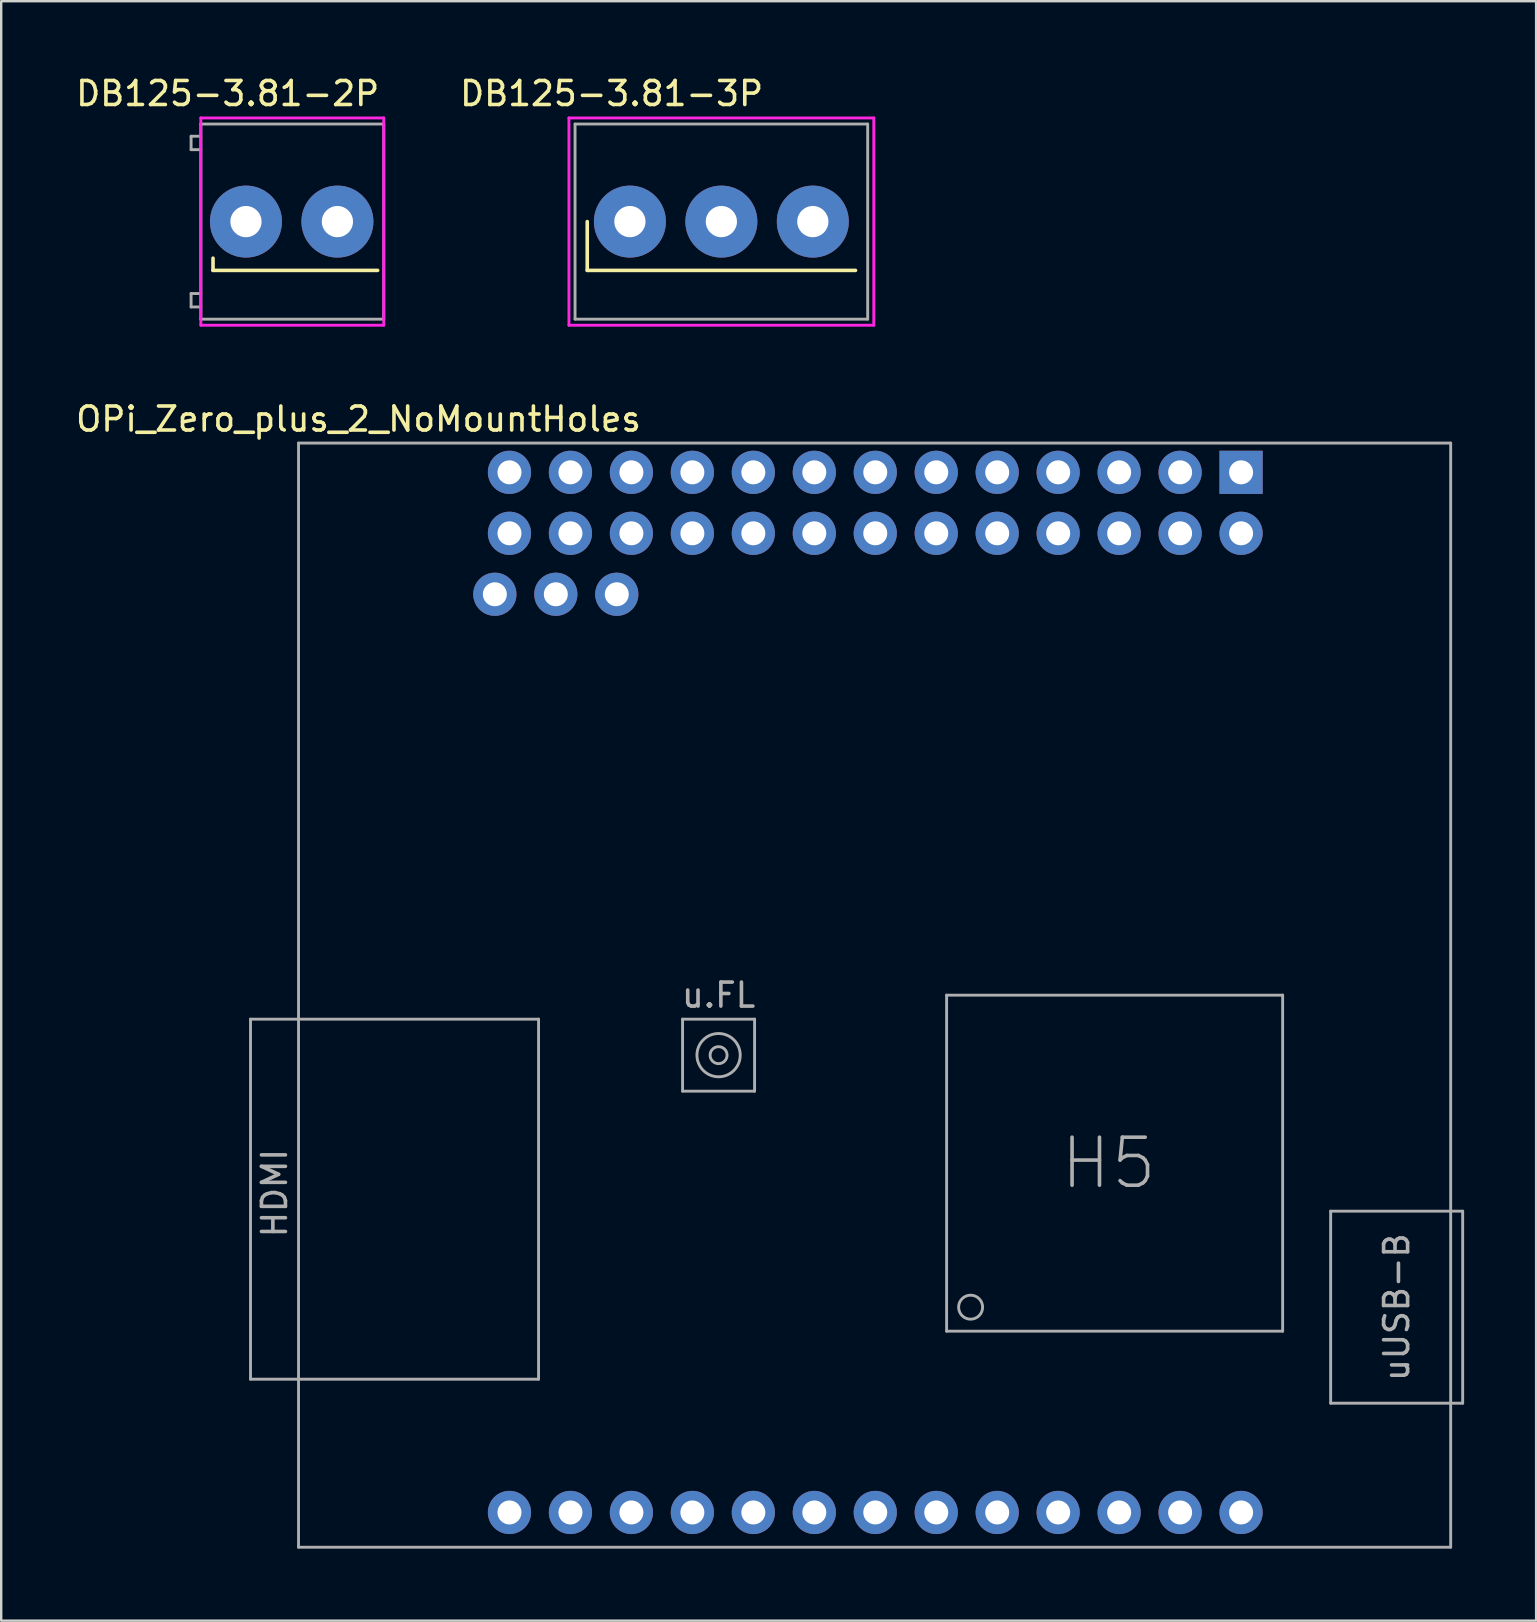
<source format=kicad_pcb>
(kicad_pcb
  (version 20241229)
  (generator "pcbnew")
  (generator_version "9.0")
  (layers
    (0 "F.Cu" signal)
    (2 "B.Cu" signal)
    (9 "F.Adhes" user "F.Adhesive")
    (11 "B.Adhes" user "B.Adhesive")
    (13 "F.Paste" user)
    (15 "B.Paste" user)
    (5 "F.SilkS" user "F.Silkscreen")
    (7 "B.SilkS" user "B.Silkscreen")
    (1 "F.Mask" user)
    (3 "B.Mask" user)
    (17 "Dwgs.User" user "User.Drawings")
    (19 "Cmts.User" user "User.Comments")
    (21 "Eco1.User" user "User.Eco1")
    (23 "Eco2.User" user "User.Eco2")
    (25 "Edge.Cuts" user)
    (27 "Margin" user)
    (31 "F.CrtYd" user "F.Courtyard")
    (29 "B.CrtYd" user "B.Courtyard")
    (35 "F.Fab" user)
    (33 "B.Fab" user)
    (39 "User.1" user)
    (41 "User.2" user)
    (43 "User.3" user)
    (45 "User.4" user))
  (footprint "DB125-3.81-2P"
    (layer "F.Cu")
    (at 11.007 6.182)
    (property "Reference" "DB125-3.81-2P" (at -4.572 -5.334 0) (layer "F.SilkS") (effects (font (size 1 1) (thickness 0.15))))
    (attr through_hole)
    (fp_line (start -5.182 2.032) (end -5.182 1.524) (stroke (width 0.15) (type solid)) (layer "F.SilkS"))
    (fp_line (start -5.182 2.032) (end 1.676 2.032) (stroke (width 0.15) (type solid)) (layer "F.SilkS"))
    (fp_line (start -5.69 -4.318) (end -5.69 4.318) (stroke (width 0.12) (type solid)) (layer "F.CrtYd"))
    (fp_line (start -5.69 4.318) (end 1.93 4.318) (stroke (width 0.12) (type solid)) (layer "F.CrtYd"))
    (fp_line (start 1.93 -4.318) (end -5.69 -4.318) (stroke (width 0.12) (type solid)) (layer "F.CrtYd"))
    (fp_line (start 1.93 4.318) (end 1.93 -4.318) (stroke (width 0.12) (type solid)) (layer "F.CrtYd"))
    (fp_line (start -6.096 -3.556) (end -5.69 -3.556) (stroke (width 0.12) (type solid)) (layer "F.Fab"))
    (fp_line (start -6.096 -2.997) (end -6.096 -3.556) (stroke (width 0.12) (type solid)) (layer "F.Fab"))
    (fp_line (start -6.096 -2.997) (end -5.69 -2.997) (stroke (width 0.12) (type solid)) (layer "F.Fab"))
    (fp_line (start -6.096 2.997) (end -5.69 2.997) (stroke (width 0.12) (type solid)) (layer "F.Fab"))
    (fp_line (start -6.096 3.556) (end -6.096 2.997) (stroke (width 0.12) (type solid)) (layer "F.Fab"))
    (fp_line (start -6.096 3.556) (end -5.69 3.556) (stroke (width 0.12) (type solid)) (layer "F.Fab"))
    (fp_line (start -5.69 4.064) (end -5.69 -4.064) (stroke (width 0.12) (type solid)) (layer "F.Fab"))
    (fp_line (start -5.69 4.064) (end 1.93 4.064) (stroke (width 0.12) (type solid)) (layer "F.Fab"))
    (fp_line (start 1.93 -4.064) (end -5.69 -4.064) (stroke (width 0.12) (type solid)) (layer "F.Fab"))
    (fp_line (start 1.93 4.064) (end 1.93 -4.064) (stroke (width 0.12) (type solid)) (layer "F.Fab"))
    (pad "1" thru_hole circle (at -3.81 0) (size 3 3) (drill 1.3) (layers "*.Cu" "*.Mask"))
    (pad "2" thru_hole circle (at 0 0) (size 3 3) (drill 1.3) (layers "*.Cu" "*.Mask")))
  (footprint "DB125-3.81-3P"
    (layer "F.Cu")
    (at 27.003 6.182)
    (property "Reference" "DB125-3.81-3P" (at -4.572 -5.334 0) (layer "F.SilkS") (effects (font (size 1 1) (thickness 0.15))))
    (attr through_hole)
    (fp_line (start -5.588 2.032) (end -5.588 0) (stroke (width 0.15) (type solid)) (layer "F.SilkS"))
    (fp_line (start -5.588 2.032) (end 5.588 2.032) (stroke (width 0.15) (type solid)) (layer "F.SilkS"))
    (fp_line (start -6.35 -4.318) (end -6.35 4.318) (stroke (width 0.12) (type solid)) (layer "F.CrtYd"))
    (fp_line (start -6.35 4.318) (end 6.35 4.318) (stroke (width 0.12) (type solid)) (layer "F.CrtYd"))
    (fp_line (start 6.35 -4.318) (end -6.35 -4.318) (stroke (width 0.12) (type solid)) (layer "F.CrtYd"))
    (fp_line (start 6.35 4.318) (end 6.35 -4.318) (stroke (width 0.12) (type solid)) (layer "F.CrtYd"))
    (fp_line (start -6.096 4.064) (end -6.096 -4.064) (stroke (width 0.12) (type solid)) (layer "F.Fab"))
    (fp_line (start -6.096 4.064) (end 6.096 4.064) (stroke (width 0.12) (type solid)) (layer "F.Fab"))
    (fp_line (start 6.096 -4.064) (end -6.096 -4.064) (stroke (width 0.12) (type solid)) (layer "F.Fab"))
    (fp_line (start 6.096 4.064) (end 6.096 -4.064) (stroke (width 0.12) (type solid)) (layer "F.Fab"))
    (pad "1" thru_hole circle (at -3.81 0) (size 3 3) (drill 1.3) (layers "*.Cu" "*.Mask"))
    (pad "2" thru_hole circle (at 0 0) (size 3 3) (drill 1.3) (layers "*.Cu" "*.Mask"))
    (pad "3" thru_hole circle (at 3.81 0) (size 3 3) (drill 1.3) (layers "*.Cu" "*.Mask")))
  (footprint "OPi_Zero_plus_2_NoMountHoles"
    (layer "F.Cu")
    (at 9.387 15.409)
    (property "Reference" "OPi_Zero_plus_2_NoMountHoles" (at 2.5 -1 0) (layer "F.SilkS") (effects (font (size 1 1) (thickness 0.15))))
    (attr through_hole)
    (fp_line (start -2 39) (end -2 24) (stroke (width 0.12) (type solid)) (layer "F.Fab"))
    (fp_line (start 0 0) (end 48 0) (stroke (width 0.12) (type solid)) (layer "F.Fab"))
    (fp_line (start 0 46) (end 0 0) (stroke (width 0.12) (type solid)) (layer "F.Fab"))
    (fp_line (start 10 24) (end -2 24) (stroke (width 0.12) (type solid)) (layer "F.Fab"))
    (fp_line (start 10 39) (end -2 39) (stroke (width 0.12) (type solid)) (layer "F.Fab"))
    (fp_line (start 10 39) (end 10 24) (stroke (width 0.12) (type solid)) (layer "F.Fab"))
    (fp_line (start 16 24) (end 16 27) (stroke (width 0.12) (type solid)) (layer "F.Fab"))
    (fp_line (start 16 27) (end 19 27) (stroke (width 0.12) (type solid)) (layer "F.Fab"))
    (fp_line (start 19 24) (end 16 24) (stroke (width 0.12) (type solid)) (layer "F.Fab"))
    (fp_line (start 19 27) (end 19 24) (stroke (width 0.12) (type solid)) (layer "F.Fab"))
    (fp_line (start 27 23) (end 27 37) (stroke (width 0.12) (type solid)) (layer "F.Fab"))
    (fp_line (start 27 37) (end 41 37) (stroke (width 0.12) (type solid)) (layer "F.Fab"))
    (fp_line (start 41 23) (end 27 23) (stroke (width 0.12) (type solid)) (layer "F.Fab"))
    (fp_line (start 41 37) (end 41 23) (stroke (width 0.12) (type solid)) (layer "F.Fab"))
    (fp_line (start 43 32) (end 43 40) (stroke (width 0.12) (type solid)) (layer "F.Fab"))
    (fp_line (start 43 40) (end 48 40) (stroke (width 0.12) (type solid)) (layer "F.Fab"))
    (fp_line (start 48 0) (end 48 46) (stroke (width 0.12) (type solid)) (layer "F.Fab"))
    (fp_line (start 48 32) (end 43 32) (stroke (width 0.12) (type solid)) (layer "F.Fab"))
    (fp_line (start 48 46) (end 0 46) (stroke (width 0.12) (type solid)) (layer "F.Fab"))
    (fp_line (start 48.5 32) (end 48 32) (stroke (width 0.12) (type solid)) (layer "F.Fab"))
    (fp_line (start 48.5 32) (end 48.5 40) (stroke (width 0.12) (type solid)) (layer "F.Fab"))
    (fp_line (start 48.5 40) (end 48 40) (stroke (width 0.12) (type solid)) (layer "F.Fab"))
    (fp_circle (center 17.5 25.5) (end 17.75 25.25) (stroke (width 0.12) (type solid)) (fill no) (layer "F.Fab"))
    (fp_circle (center 17.5 25.5) (end 18 24.75) (stroke (width 0.12) (type solid)) (fill no) (layer "F.Fab"))
    (fp_circle (center 28 36) (end 28 35.5) (stroke (width 0.12) (type solid)) (fill no) (layer "F.Fab"))
    (fp_text user "u.FL" (at 17.5 23 0) (layer "F.Fab") (effects (font (size 1 1) (thickness 0.15))))
    (fp_text user "HDMI" (at -1 31.25 90) (layer "F.Fab") (effects (font (size 1 1) (thickness 0.15))))
    (fp_text user "H5" (at 33.75 30 0) (layer "F.Fab") (effects (font (size 2 2) (thickness 0.15))))
    (fp_text user "uUSB-B" (at 45.75 36 90) (layer "F.Fab") (effects (font (size 1 1) (thickness 0.15))))
    (pad "1" thru_hole rect (at 39.268 1.219) (size 1.8 1.8) (drill 1) (layers "*.Cu" "*.Mask"))
    (pad "2" thru_hole circle (at 39.268 3.759) (size 1.8 1.8) (drill 1) (layers "*.Cu" "*.Mask"))
    (pad "3" thru_hole circle (at 36.728 1.219) (size 1.8 1.8) (drill 1) (layers "*.Cu" "*.Mask"))
    (pad "4" thru_hole circle (at 36.728 3.759) (size 1.8 1.8) (drill 1) (layers "*.Cu" "*.Mask"))
    (pad "5" thru_hole circle (at 34.188 1.219) (size 1.8 1.8) (drill 1) (layers "*.Cu" "*.Mask"))
    (pad "6" thru_hole circle (at 34.188 3.759) (size 1.8 1.8) (drill 1) (layers "*.Cu" "*.Mask"))
    (pad "7" thru_hole circle (at 31.648 1.219) (size 1.8 1.8) (drill 1) (layers "*.Cu" "*.Mask"))
    (pad "8" thru_hole circle (at 31.648 3.759) (size 1.8 1.8) (drill 1) (layers "*.Cu" "*.Mask"))
    (pad "9" thru_hole circle (at 29.108 1.219) (size 1.8 1.8) (drill 1) (layers "*.Cu" "*.Mask"))
    (pad "10" thru_hole circle (at 29.108 3.759) (size 1.8 1.8) (drill 1) (layers "*.Cu" "*.Mask"))
    (pad "11" thru_hole circle (at 26.568 1.219) (size 1.8 1.8) (drill 1) (layers "*.Cu" "*.Mask"))
    (pad "12" thru_hole circle (at 26.568 3.759) (size 1.8 1.8) (drill 1) (layers "*.Cu" "*.Mask"))
    (pad "13" thru_hole circle (at 24.028 1.219) (size 1.8 1.8) (drill 1) (layers "*.Cu" "*.Mask"))
    (pad "14" thru_hole circle (at 24.028 3.759) (size 1.8 1.8) (drill 1) (layers "*.Cu" "*.Mask"))
    (pad "15" thru_hole circle (at 21.488 1.219) (size 1.8 1.8) (drill 1) (layers "*.Cu" "*.Mask"))
    (pad "16" thru_hole circle (at 21.488 3.759) (size 1.8 1.8) (drill 1) (layers "*.Cu" "*.Mask"))
    (pad "17" thru_hole circle (at 18.948 1.219) (size 1.8 1.8) (drill 1) (layers "*.Cu" "*.Mask"))
    (pad "18" thru_hole circle (at 18.948 3.759) (size 1.8 1.8) (drill 1) (layers "*.Cu" "*.Mask"))
    (pad "19" thru_hole circle (at 16.408 1.219) (size 1.8 1.8) (drill 1) (layers "*.Cu" "*.Mask"))
    (pad "20" thru_hole circle (at 16.408 3.759) (size 1.8 1.8) (drill 1) (layers "*.Cu" "*.Mask"))
    (pad "21" thru_hole circle (at 13.868 1.219) (size 1.8 1.8) (drill 1) (layers "*.Cu" "*.Mask"))
    (pad "22" thru_hole circle (at 13.868 3.759) (size 1.8 1.8) (drill 1) (layers "*.Cu" "*.Mask"))
    (pad "23" thru_hole circle (at 11.328 1.219) (size 1.8 1.8) (drill 1) (layers "*.Cu" "*.Mask"))
    (pad "24" thru_hole circle (at 11.328 3.759) (size 1.8 1.8) (drill 1) (layers "*.Cu" "*.Mask"))
    (pad "25" thru_hole circle (at 8.788 1.219) (size 1.8 1.8) (drill 1) (layers "*.Cu" "*.Mask"))
    (pad "26" thru_hole circle (at 8.788 3.759) (size 1.8 1.8) (drill 1) (layers "*.Cu" "*.Mask"))
    (pad "E1" thru_hole circle (at 8.788 44.552) (size 1.8 1.8) (drill 1) (layers "*.Cu" "*.Mask"))
    (pad "E2" thru_hole circle (at 11.328 44.552) (size 1.8 1.8) (drill 1) (layers "*.Cu" "*.Mask"))
    (pad "E3" thru_hole circle (at 13.868 44.552) (size 1.8 1.8) (drill 1) (layers "*.Cu" "*.Mask"))
    (pad "E4" thru_hole circle (at 16.408 44.552) (size 1.8 1.8) (drill 1) (layers "*.Cu" "*.Mask"))
    (pad "E5" thru_hole circle (at 18.948 44.552) (size 1.8 1.8) (drill 1) (layers "*.Cu" "*.Mask"))
    (pad "E6" thru_hole circle (at 21.488 44.552) (size 1.8 1.8) (drill 1) (layers "*.Cu" "*.Mask"))
    (pad "E7" thru_hole circle (at 24.028 44.552) (size 1.8 1.8) (drill 1) (layers "*.Cu" "*.Mask"))
    (pad "E8" thru_hole circle (at 26.568 44.552) (size 1.8 1.8) (drill 1) (layers "*.Cu" "*.Mask"))
    (pad "E9" thru_hole circle (at 29.108 44.552) (size 1.8 1.8) (drill 1) (layers "*.Cu" "*.Mask"))
    (pad "E10" thru_hole circle (at 31.648 44.552) (size 1.8 1.8) (drill 1) (layers "*.Cu" "*.Mask"))
    (pad "E11" thru_hole circle (at 34.188 44.552) (size 1.8 1.8) (drill 1) (layers "*.Cu" "*.Mask"))
    (pad "E12" thru_hole circle (at 36.728 44.552) (size 1.8 1.8) (drill 1) (layers "*.Cu" "*.Mask"))
    (pad "E13" thru_hole circle (at 39.268 44.552) (size 1.8 1.8) (drill 1) (layers "*.Cu" "*.Mask"))
    (pad "U1" thru_hole circle (at 8.179 6.299) (size 1.8 1.8) (drill 1) (layers "*.Cu" "*.Mask"))
    (pad "U2" thru_hole circle (at 10.719 6.299) (size 1.8 1.8) (drill 1) (layers "*.Cu" "*.Mask"))
    (pad "U3" thru_hole circle (at 13.259 6.299) (size 1.8 1.8) (drill 1) (layers "*.Cu" "*.Mask")))
  (gr_rect
    (start -3 -3)
    (end 60.947 64.469)
    (stroke (width 0.1) (type default))
    (fill no)
    (layer "Edge.Cuts")))
</source>
